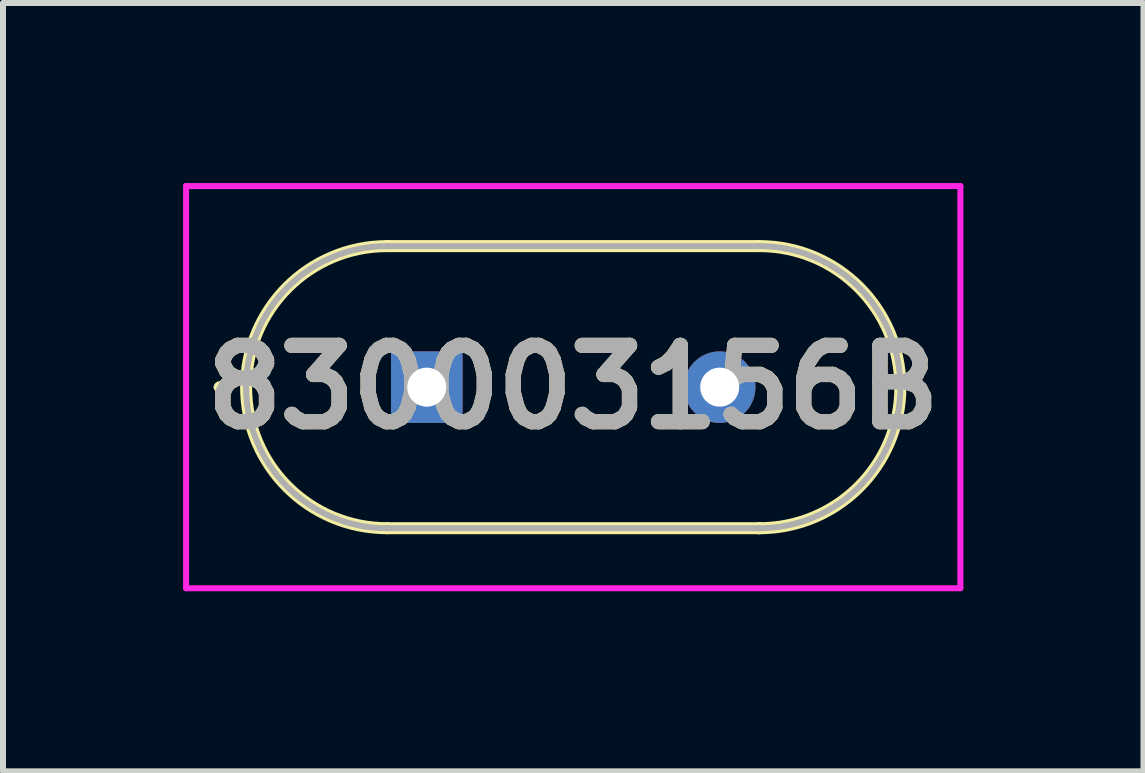
<source format=kicad_pcb>
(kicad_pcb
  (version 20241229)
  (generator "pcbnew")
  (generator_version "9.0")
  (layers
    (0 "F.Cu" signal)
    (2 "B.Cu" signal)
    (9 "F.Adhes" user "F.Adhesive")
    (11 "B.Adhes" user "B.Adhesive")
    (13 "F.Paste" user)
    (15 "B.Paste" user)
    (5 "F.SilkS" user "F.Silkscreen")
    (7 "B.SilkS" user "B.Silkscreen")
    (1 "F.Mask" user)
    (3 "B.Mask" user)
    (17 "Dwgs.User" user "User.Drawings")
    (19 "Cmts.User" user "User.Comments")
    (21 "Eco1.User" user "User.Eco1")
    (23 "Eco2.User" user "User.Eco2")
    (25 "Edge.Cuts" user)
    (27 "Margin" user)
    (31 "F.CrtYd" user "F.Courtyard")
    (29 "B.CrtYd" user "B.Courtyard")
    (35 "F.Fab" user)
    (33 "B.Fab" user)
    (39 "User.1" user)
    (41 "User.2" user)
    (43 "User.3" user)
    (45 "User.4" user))
  (footprint "830003156B"
    (layer "F.Cu")
    (at 4.06 3.4)
    (property "Reference" "830003156B" (at 2.44 0 0) (layer "F.SilkS") (effects (font (size 1.27 1.27) (thickness 0.254))))
    (attr through_hole)
    (fp_line (start -3.5 0) (end -3.5 0) (stroke (width 0.1) (type solid)) (layer "F.SilkS"))
    (fp_line (start -3.4 0) (end -3.4 0) (stroke (width 0.1) (type solid)) (layer "F.SilkS"))
    (fp_line (start -0.66 -2.35) (end -0.66 -2.35) (stroke (width 0.2) (type solid)) (layer "F.SilkS"))
    (fp_line (start -0.66 2.35) (end 5.54 2.35) (stroke (width 0.2) (type solid)) (layer "F.SilkS"))
    (fp_line (start 5.54 -2.35) (end -0.66 -2.35) (stroke (width 0.2) (type solid)) (layer "F.SilkS"))
    (fp_line (start 5.54 2.35) (end 5.54 2.35) (stroke (width 0.2) (type solid)) (layer "F.SilkS"))
    (fp_arc (start -3.5 0) (mid -3.45 -0.05) (end -3.4 0) (stroke (width 0.1) (type solid)) (layer "F.SilkS"))
    (fp_arc (start -3.4 0) (mid -3.45 0.05) (end -3.5 0) (stroke (width 0.1) (type solid)) (layer "F.SilkS"))
    (fp_arc (start -0.66 2.35) (mid -3.01 0) (end -0.66 -2.35) (stroke (width 0.2) (type solid)) (layer "F.SilkS"))
    (fp_arc (start 5.54 -2.35) (mid 7.89 0) (end 5.54 2.35) (stroke (width 0.2) (type solid)) (layer "F.SilkS"))
    (fp_line (start -4.01 -3.35) (end 8.89 -3.35) (stroke (width 0.1) (type solid)) (layer "F.CrtYd"))
    (fp_line (start -4.01 3.35) (end -4.01 -3.35) (stroke (width 0.1) (type solid)) (layer "F.CrtYd"))
    (fp_line (start 8.89 -3.35) (end 8.89 3.35) (stroke (width 0.1) (type solid)) (layer "F.CrtYd"))
    (fp_line (start 8.89 3.35) (end -4.01 3.35) (stroke (width 0.1) (type solid)) (layer "F.CrtYd"))
    (fp_line (start -0.66 -2.35) (end -0.66 -2.35) (stroke (width 0.1) (type solid)) (layer "F.Fab"))
    (fp_line (start -0.66 2.35) (end 5.54 2.35) (stroke (width 0.1) (type solid)) (layer "F.Fab"))
    (fp_line (start 5.54 -2.35) (end -0.66 -2.35) (stroke (width 0.1) (type solid)) (layer "F.Fab"))
    (fp_line (start 5.54 2.35) (end 5.54 2.35) (stroke (width 0.1) (type solid)) (layer "F.Fab"))
    (fp_arc (start -0.66 2.35) (mid -3.01 0) (end -0.66 -2.35) (stroke (width 0.1) (type solid)) (layer "F.Fab"))
    (fp_arc (start 5.54 -2.35) (mid 7.89 0) (end 5.54 2.35) (stroke (width 0.1) (type solid)) (layer "F.Fab"))
    (fp_text user "${REFERENCE}" (at 2.44 0 0) (layer "F.Fab") (effects (font (size 1.27 1.27) (thickness 0.254))))
    (pad "1" thru_hole rect (at 0 0) (size 1.192 1.192) (drill 0.65) (layers "*.Cu" "*.Mask"))
    (pad "2" thru_hole circle (at 4.88 0) (size 1.192 1.192) (drill 0.65) (layers "*.Cu" "*.Mask")))
  (gr_rect
    (start -3 -3)
    (end 16 9.8)
    (stroke (width 0.1) (type default))
    (fill no)
    (layer "Edge.Cuts")))
</source>
